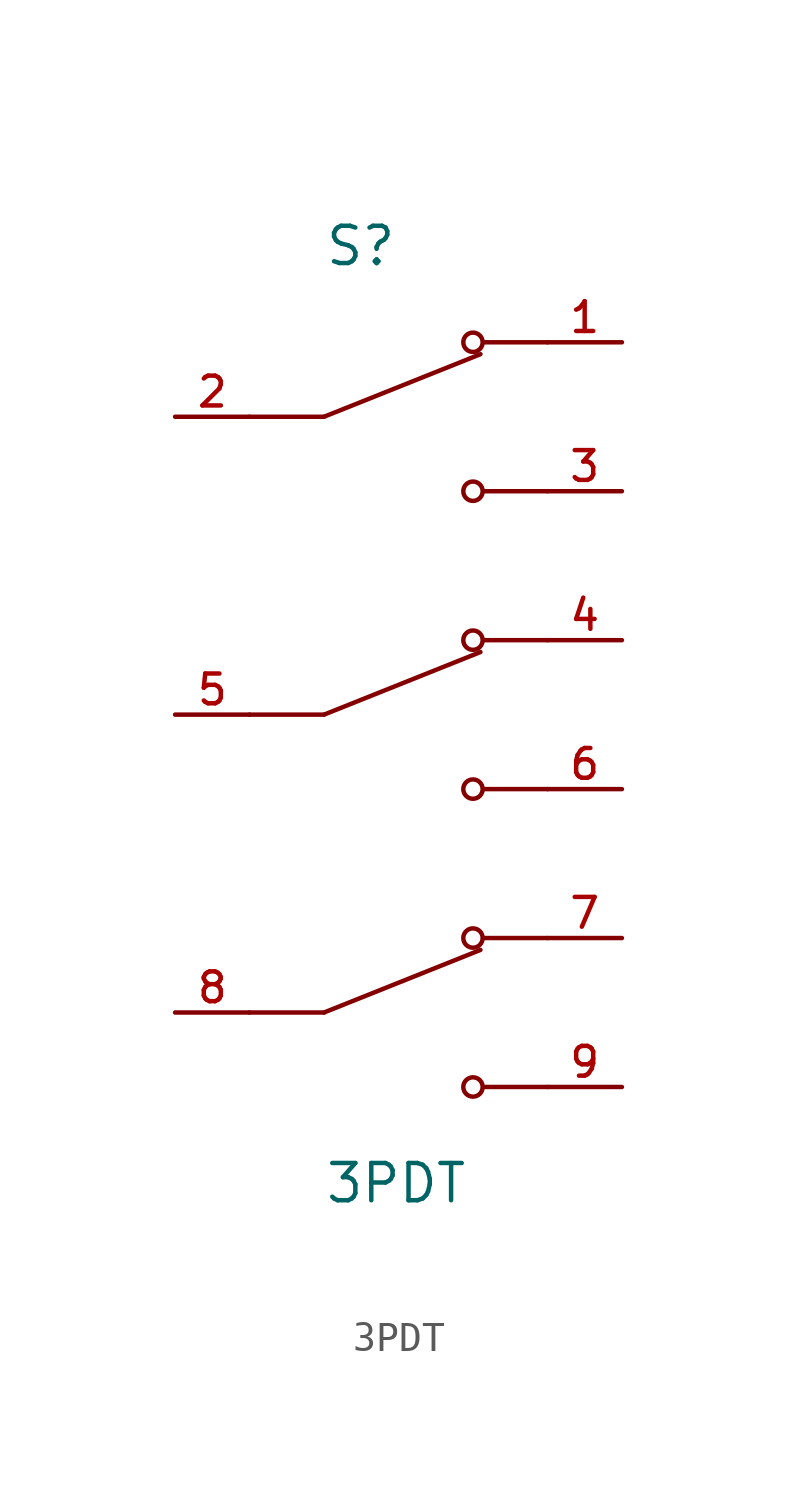
<source format=kicad_sym>
(kicad_symbol_lib
  (version 20231120)
  (generator "kicad_symbol_editor")
  (generator_version "8.0")
  (symbol "3PDT"
    (pin_names
      (offset 1.016))
    (property "Reference" "S"
      (at -2.54 15.24 0)
      (effects (font (size 1.27 1.27)) (justify left bottom)))
    (property "Value" "3PDT"
      (at -2.54 -15.24 0)
      (effects (font (size 1.27 1.27)) (justify left top)))
    (symbol "3PDT_0_0"
      (polyline (pts (xy -2.54 -10.16) (xy -5.08 -10.16)) (stroke (width 0.152) (type default)) (fill (type none)))
      (polyline (pts (xy -2.54 -10.16) (xy 2.794 -8.026)) (stroke (width 0.152) (type default)) (fill (type none)))
      (polyline (pts (xy -2.54 0) (xy -5.08 0)) (stroke (width 0.152) (type default)) (fill (type none)))
      (polyline (pts (xy -2.54 0) (xy 2.794 2.134)) (stroke (width 0.152) (type default)) (fill (type none)))
      (polyline (pts (xy -2.54 10.16) (xy -5.08 10.16)) (stroke (width 0.152) (type default)) (fill (type none)))
      (polyline (pts (xy -2.54 10.16) (xy 2.794 12.294)) (stroke (width 0.152) (type default)) (fill (type none)))
      (polyline (pts (xy 5.08 -12.7) (xy 2.921 -12.7)) (stroke (width 0.152) (type default)) (fill (type none)))
      (polyline (pts (xy 5.08 -7.62) (xy 2.921 -7.62)) (stroke (width 0.152) (type default)) (fill (type none)))
      (polyline (pts (xy 5.08 -2.54) (xy 2.921 -2.54)) (stroke (width 0.152) (type default)) (fill (type none)))
      (polyline (pts (xy 5.08 2.54) (xy 2.921 2.54)) (stroke (width 0.152) (type default)) (fill (type none)))
      (polyline (pts (xy 5.08 7.62) (xy 2.921 7.62)) (stroke (width 0.152) (type default)) (fill (type none)))
      (polyline (pts (xy 5.08 12.7) (xy 2.921 12.7)) (stroke (width 0.152) (type default)) (fill (type none)))
      (circle (center 2.54 -12.7) (radius 0.33) (stroke (width 0.152) (type default)) (fill (type none)))
      (circle (center 2.54 -7.62) (radius 0.33) (stroke (width 0.152) (type default)) (fill (type none)))
      (circle (center 2.54 -2.54) (radius 0.33) (stroke (width 0.152) (type default)) (fill (type none)))
      (circle (center 2.54 2.54) (radius 0.33) (stroke (width 0.152) (type default)) (fill (type none)))
      (circle (center 2.54 7.62) (radius 0.33) (stroke (width 0.152) (type default)) (fill (type none)))
      (circle (center 2.54 12.7) (radius 0.33) (stroke (width 0.152) (type default)) (fill (type none)))
      (pin passive line (at 7.62 12.7 180) (length 2.54) (name "~" (effects (font (size 1.016 1.016)))) (number "1" (effects (font (size 1.016 1.016)))))
      (pin passive line (at -7.62 10.16 0) (length 2.54) (name "~" (effects (font (size 1.016 1.016)))) (number "2" (effects (font (size 1.016 1.016)))))
      (pin passive line (at 7.62 7.62 180) (length 2.54) (name "~" (effects (font (size 1.016 1.016)))) (number "3" (effects (font (size 1.016 1.016)))))
      (pin passive line (at 7.62 2.54 180) (length 2.54) (name "~" (effects (font (size 1.016 1.016)))) (number "4" (effects (font (size 1.016 1.016)))))
      (pin passive line (at -7.62 0 0) (length 2.54) (name "~" (effects (font (size 1.016 1.016)))) (number "5" (effects (font (size 1.016 1.016)))))
      (pin passive line (at 7.62 -2.54 180) (length 2.54) (name "~" (effects (font (size 1.016 1.016)))) (number "6" (effects (font (size 1.016 1.016)))))
      (pin passive line (at 7.62 -7.62 180) (length 2.54) (name "~" (effects (font (size 1.016 1.016)))) (number "7" (effects (font (size 1.016 1.016)))))
      (pin passive line (at -7.62 -10.16 0) (length 2.54) (name "~" (effects (font (size 1.016 1.016)))) (number "8" (effects (font (size 1.016 1.016)))))
      (pin passive line (at 7.62 -12.7 180) (length 2.54) (name "~" (effects (font (size 1.016 1.016)))) (number "9" (effects (font (size 1.016 1.016))))))))
</source>
